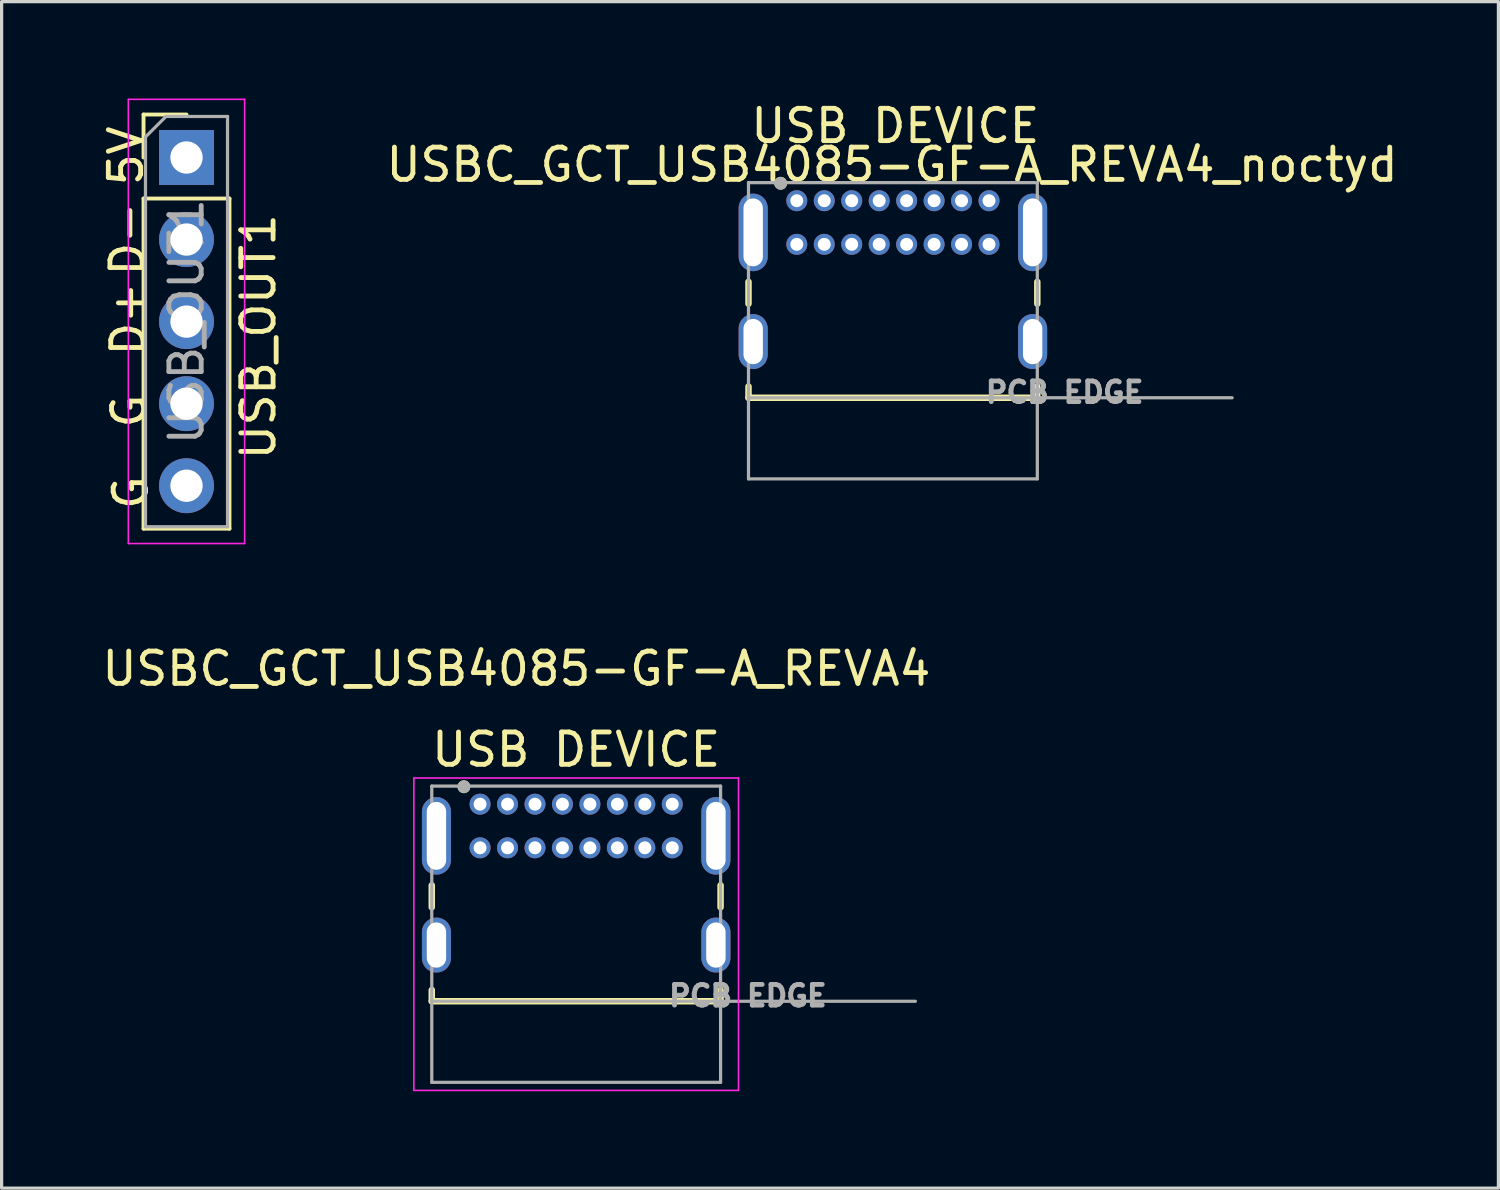
<source format=kicad_pcb>
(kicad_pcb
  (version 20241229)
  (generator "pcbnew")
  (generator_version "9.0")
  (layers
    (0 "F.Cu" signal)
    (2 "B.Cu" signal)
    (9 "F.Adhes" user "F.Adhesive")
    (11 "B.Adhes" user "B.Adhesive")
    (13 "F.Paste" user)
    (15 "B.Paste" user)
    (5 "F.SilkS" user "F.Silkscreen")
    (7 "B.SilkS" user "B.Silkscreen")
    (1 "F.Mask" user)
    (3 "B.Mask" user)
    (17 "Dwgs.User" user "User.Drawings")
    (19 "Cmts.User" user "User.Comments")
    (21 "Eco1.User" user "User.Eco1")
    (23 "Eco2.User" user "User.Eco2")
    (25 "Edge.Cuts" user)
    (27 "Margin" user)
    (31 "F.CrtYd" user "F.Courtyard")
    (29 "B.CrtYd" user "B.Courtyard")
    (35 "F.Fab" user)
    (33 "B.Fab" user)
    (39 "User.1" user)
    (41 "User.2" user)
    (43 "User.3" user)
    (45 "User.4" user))
  (footprint "USB_OUT1"
    (layer "F.Cu")
    (at 2.723 1.825)
    (property "Reference" "USB_OUT1" (at 2.225 5.55 90) (unlocked yes) (layer "F.SilkS") (effects (font (size 1 1) (thickness 0.15))))
    (attr through_hole exclude_from_bom)
    (fp_line (start -1.33 -1.33) (end 0 -1.33) (stroke (width 0.12) (type solid)) (layer "F.SilkS"))
    (fp_line (start -1.33 0) (end -1.33 -1.33) (stroke (width 0.12) (type solid)) (layer "F.SilkS"))
    (fp_line (start -1.33 1.27) (end -1.33 11.49) (stroke (width 0.12) (type solid)) (layer "F.SilkS"))
    (fp_line (start -1.33 1.27) (end 1.33 1.27) (stroke (width 0.12) (type solid)) (layer "F.SilkS"))
    (fp_line (start -1.33 11.49) (end 1.33 11.49) (stroke (width 0.12) (type solid)) (layer "F.SilkS"))
    (fp_line (start 1.33 1.27) (end 1.33 11.49) (stroke (width 0.12) (type solid)) (layer "F.SilkS"))
    (fp_line (start -1.8 -1.8) (end -1.8 11.95) (stroke (width 0.05) (type solid)) (layer "F.CrtYd"))
    (fp_line (start -1.8 11.95) (end 1.8 11.95) (stroke (width 0.05) (type solid)) (layer "F.CrtYd"))
    (fp_line (start 1.8 -1.8) (end -1.8 -1.8) (stroke (width 0.05) (type solid)) (layer "F.CrtYd"))
    (fp_line (start 1.8 11.95) (end 1.8 -1.8) (stroke (width 0.05) (type solid)) (layer "F.CrtYd"))
    (fp_line (start -1.27 -0.635) (end -0.635 -1.27) (stroke (width 0.1) (type solid)) (layer "F.Fab"))
    (fp_line (start -1.27 11.43) (end -1.27 -0.635) (stroke (width 0.1) (type solid)) (layer "F.Fab"))
    (fp_line (start -0.635 -1.27) (end 1.27 -1.27) (stroke (width 0.1) (type solid)) (layer "F.Fab"))
    (fp_line (start 1.27 -1.27) (end 1.27 11.43) (stroke (width 0.1) (type solid)) (layer "F.Fab"))
    (fp_line (start 1.27 11.43) (end -1.27 11.43) (stroke (width 0.1) (type solid)) (layer "F.Fab"))
    (fp_text user "G" (at -1.775 7.85 90) (unlocked yes) (layer "F.SilkS") (effects (font (size 1 1) (thickness 0.15))))
    (fp_text user "5V" (at -1.875 -0.05 90) (unlocked yes) (layer "F.SilkS") (effects (font (size 1 1) (thickness 0.15))))
    (fp_text user "G" (at -1.725 10.375 90) (unlocked yes) (layer "F.SilkS") (effects (font (size 1 1) (thickness 0.15))))
    (fp_text user "D-" (at -1.825 2.525 90) (unlocked yes) (layer "F.SilkS") (effects (font (size 1 1) (thickness 0.15))))
    (fp_text user "D+" (at -1.8 5 90) (unlocked yes) (layer "F.SilkS") (effects (font (size 1 1) (thickness 0.15))))
    (fp_text user "${REFERENCE}" (at 0 5.08 90) (layer "F.Fab") (effects (font (size 1 1) (thickness 0.15))))
    (pad "1" thru_hole rect (at 0 0) (size 1.7 1.7) (drill 1) (layers "*.Cu" "*.Mask"))
    (pad "2" thru_hole oval (at 0 2.54) (size 1.7 1.7) (drill 1) (layers "*.Cu" "*.Mask"))
    (pad "3" thru_hole oval (at 0 5.08) (size 1.7 1.7) (drill 1) (layers "*.Cu" "*.Mask"))
    (pad "4" thru_hole oval (at 0 7.62) (size 1.7 1.7) (drill 1) (layers "*.Cu" "*.Mask"))
    (pad "5" thru_hole oval (at 0 10.16) (size 1.7 1.7) (drill 1) (layers "*.Cu" "*.Mask")))
  (footprint "USBC_GCT_USB4085-GF-A_REVA4"
    (layer "F.Cu")
    (at 14.785 26.203)
    (property "Reference" "USBC_GCT_USB4085-GF-A_REVA4" (at -1.85 -8.555 180) (layer "F.SilkS") (effects (font (size 1 1) (thickness 0.15))))
    (property "Label" "USB DEVICE" (at 0 0 0) (layer "F.Fab") (hide yes) (effects (font (size 1.27 1.27) (thickness 0.15))))
    (attr through_hole)
    (fp_line (start -4.47 -1.85) (end -4.47 -1.17) (stroke (width 0.2) (type solid)) (layer "F.SilkS"))
    (fp_line (start -4.47 1.39) (end -4.47 1.74) (stroke (width 0.2) (type solid)) (layer "F.SilkS"))
    (fp_line (start -4.47 1.74) (end 4.47 1.74) (stroke (width 0.2) (type solid)) (layer "F.SilkS"))
    (fp_line (start 4.47 -1.85) (end 4.47 -1.17) (stroke (width 0.2) (type solid)) (layer "F.SilkS"))
    (fp_line (start 4.47 1.74) (end 4.47 1.39) (stroke (width 0.2) (type solid)) (layer "F.SilkS"))
    (fp_circle (center -3.475 -4.9) (end -3.375 -4.9) (stroke (width 0.2) (type solid)) (fill no) (layer "F.SilkS"))
    (fp_line (start -5.025 -5.17) (end 5.025 -5.17) (stroke (width 0.05) (type solid)) (layer "F.CrtYd"))
    (fp_line (start -5.025 4.5) (end -5.025 -5.17) (stroke (width 0.05) (type solid)) (layer "F.CrtYd"))
    (fp_line (start 5.025 -5.17) (end 5.025 4.5) (stroke (width 0.05) (type solid)) (layer "F.CrtYd"))
    (fp_line (start 5.025 4.5) (end -5.025 4.5) (stroke (width 0.05) (type solid)) (layer "F.CrtYd"))
    (fp_line (start -4.47 -4.92) (end 4.47 -4.92) (stroke (width 0.1) (type solid)) (layer "F.Fab"))
    (fp_line (start -4.47 1.74) (end -4.47 -4.92) (stroke (width 0.1) (type solid)) (layer "F.Fab"))
    (fp_line (start -4.47 1.74) (end 10.5 1.74) (stroke (width 0.1) (type solid)) (layer "F.Fab"))
    (fp_line (start -4.47 4.25) (end -4.47 1.74) (stroke (width 0.1) (type solid)) (layer "F.Fab"))
    (fp_line (start 4.47 -4.92) (end 4.47 4.25) (stroke (width 0.1) (type solid)) (layer "F.Fab"))
    (fp_line (start 4.47 4.25) (end -4.47 4.25) (stroke (width 0.1) (type solid)) (layer "F.Fab"))
    (fp_circle (center -3.475 -4.9) (end -3.375 -4.9) (stroke (width 0.2) (type solid)) (fill no) (layer "F.Fab"))
    (fp_text user "${Label}" (at 0 -6.05 180) (layer "F.SilkS") (effects (font (size 1 1) (thickness 0.15))))
    (fp_text user "PCB EDGE" (at 5.315 1.57 180) (layer "F.Fab") (effects (font (size 0.64 0.64) (thickness 0.15))))
    (pad "A1" thru_hole circle (at -2.975 -4.36) (size 0.65 0.65) (drill 0.4) (layers "*.Cu" "*.Mask"))
    (pad "A4" thru_hole circle (at -2.125 -4.36) (size 0.65 0.65) (drill 0.4) (layers "*.Cu" "*.Mask"))
    (pad "A5" thru_hole circle (at -1.275 -4.36) (size 0.65 0.65) (drill 0.4) (layers "*.Cu" "*.Mask"))
    (pad "A6" thru_hole circle (at -0.425 -4.36) (size 0.65 0.65) (drill 0.4) (layers "*.Cu" "*.Mask"))
    (pad "A7" thru_hole circle (at 0.425 -4.36) (size 0.65 0.65) (drill 0.4) (layers "*.Cu" "*.Mask"))
    (pad "A8" thru_hole circle (at 1.275 -4.36) (size 0.65 0.65) (drill 0.4) (layers "*.Cu" "*.Mask"))
    (pad "A9" thru_hole circle (at 2.125 -4.36) (size 0.65 0.65) (drill 0.4) (layers "*.Cu" "*.Mask"))
    (pad "A12" thru_hole circle (at 2.975 -4.36) (size 0.65 0.65) (drill 0.4) (layers "*.Cu" "*.Mask"))
    (pad "B1" thru_hole circle (at 2.975 -3.01) (size 0.65 0.65) (drill 0.4) (layers "*.Cu" "*.Mask"))
    (pad "B4" thru_hole circle (at 2.125 -3.01) (size 0.65 0.65) (drill 0.4) (layers "*.Cu" "*.Mask"))
    (pad "B5" thru_hole circle (at 1.275 -3.01) (size 0.65 0.65) (drill 0.4) (layers "*.Cu" "*.Mask"))
    (pad "B6" thru_hole circle (at 0.425 -3.01) (size 0.65 0.65) (drill 0.4) (layers "*.Cu" "*.Mask"))
    (pad "B7" thru_hole circle (at -0.425 -3.01) (size 0.65 0.65) (drill 0.4) (layers "*.Cu" "*.Mask"))
    (pad "B8" thru_hole circle (at -1.275 -3.01) (size 0.65 0.65) (drill 0.4) (layers "*.Cu" "*.Mask"))
    (pad "B9" thru_hole circle (at -2.125 -3.01) (size 0.65 0.65) (drill 0.4) (layers "*.Cu" "*.Mask"))
    (pad "B12" thru_hole circle (at -2.975 -3.01) (size 0.65 0.65) (drill 0.4) (layers "*.Cu" "*.Mask"))
    (pad "S1" thru_hole oval (at -4.325 0) (size 0.9 1.7) (drill oval 0.6 1.4) (layers "*.Cu" "*.Mask"))
    (pad "S2" thru_hole oval (at 4.325 0) (size 0.9 1.7) (drill oval 0.6 1.4) (layers "*.Cu" "*.Mask"))
    (pad "S3" thru_hole oval (at -4.325 -3.38) (size 0.9 2.4) (drill oval 0.6 2.1) (layers "*.Cu" "*.Mask"))
    (pad "S4" thru_hole oval (at 4.325 -3.38) (size 0.9 2.4) (drill oval 0.6 2.1) (layers "*.Cu" "*.Mask")))
  (footprint "USBC_GCT_USB4085-GF-A_REVA4_noctyd"
    (layer "F.Cu")
    (at 24.589 7.523)
    (property "Reference" "USBC_GCT_USB4085-GF-A_REVA4_noctyd" (at -0.025 -5.475 180) (layer "F.SilkS") (effects (font (size 1 1) (thickness 0.15))))
    (property "Label" "USB DEVICE" (at 0 0 0) (layer "F.Fab") (hide yes) (effects (font (size 1.27 1.27) (thickness 0.15))))
    (attr through_hole)
    (fp_line (start -4.47 -1.85) (end -4.47 -1.17) (stroke (width 0.2) (type solid)) (layer "F.SilkS"))
    (fp_line (start -4.47 1.39) (end -4.47 1.74) (stroke (width 0.2) (type solid)) (layer "F.SilkS"))
    (fp_line (start -4.47 1.74) (end 4.47 1.74) (stroke (width 0.2) (type solid)) (layer "F.SilkS"))
    (fp_line (start 4.47 -1.85) (end 4.47 -1.17) (stroke (width 0.2) (type solid)) (layer "F.SilkS"))
    (fp_line (start 4.47 1.74) (end 4.47 1.39) (stroke (width 0.2) (type solid)) (layer "F.SilkS"))
    (fp_circle (center -3.475 -4.9) (end -3.375 -4.9) (stroke (width 0.2) (type solid)) (fill no) (layer "F.SilkS"))
    (fp_line (start -4.47 -4.92) (end 4.47 -4.92) (stroke (width 0.1) (type solid)) (layer "F.Fab"))
    (fp_line (start -4.47 1.74) (end -4.47 -4.92) (stroke (width 0.1) (type solid)) (layer "F.Fab"))
    (fp_line (start -4.47 1.74) (end 10.5 1.74) (stroke (width 0.1) (type solid)) (layer "F.Fab"))
    (fp_line (start -4.47 4.25) (end -4.47 1.74) (stroke (width 0.1) (type solid)) (layer "F.Fab"))
    (fp_line (start 4.47 -4.92) (end 4.47 4.25) (stroke (width 0.1) (type solid)) (layer "F.Fab"))
    (fp_line (start 4.47 4.25) (end -4.47 4.25) (stroke (width 0.1) (type solid)) (layer "F.Fab"))
    (fp_circle (center -3.475 -4.9) (end -3.375 -4.9) (stroke (width 0.2) (type solid)) (fill no) (layer "F.Fab"))
    (fp_text user "${Label}" (at 0.075 -6.675 180) (layer "F.SilkS") (effects (font (size 1 1) (thickness 0.15))))
    (fp_text user "PCB EDGE" (at 5.315 1.57 180) (layer "F.Fab") (effects (font (size 0.64 0.64) (thickness 0.15))))
    (pad "A1" thru_hole circle (at -2.975 -4.36) (size 0.65 0.65) (drill 0.4) (layers "*.Cu" "*.Mask"))
    (pad "A4" thru_hole circle (at -2.125 -4.36) (size 0.65 0.65) (drill 0.4) (layers "*.Cu" "*.Mask"))
    (pad "A5" thru_hole circle (at -1.275 -4.36) (size 0.65 0.65) (drill 0.4) (layers "*.Cu" "*.Mask"))
    (pad "A6" thru_hole circle (at -0.425 -4.36) (size 0.65 0.65) (drill 0.4) (layers "*.Cu" "*.Mask"))
    (pad "A7" thru_hole circle (at 0.425 -4.36) (size 0.65 0.65) (drill 0.4) (layers "*.Cu" "*.Mask"))
    (pad "A8" thru_hole circle (at 1.275 -4.36) (size 0.65 0.65) (drill 0.4) (layers "*.Cu" "*.Mask"))
    (pad "A9" thru_hole circle (at 2.125 -4.36) (size 0.65 0.65) (drill 0.4) (layers "*.Cu" "*.Mask"))
    (pad "A12" thru_hole circle (at 2.975 -4.36) (size 0.65 0.65) (drill 0.4) (layers "*.Cu" "*.Mask"))
    (pad "B1" thru_hole circle (at 2.975 -3.01) (size 0.65 0.65) (drill 0.4) (layers "*.Cu" "*.Mask"))
    (pad "B4" thru_hole circle (at 2.125 -3.01) (size 0.65 0.65) (drill 0.4) (layers "*.Cu" "*.Mask"))
    (pad "B5" thru_hole circle (at 1.275 -3.01) (size 0.65 0.65) (drill 0.4) (layers "*.Cu" "*.Mask"))
    (pad "B6" thru_hole circle (at 0.425 -3.01) (size 0.65 0.65) (drill 0.4) (layers "*.Cu" "*.Mask"))
    (pad "B7" thru_hole circle (at -0.425 -3.01) (size 0.65 0.65) (drill 0.4) (layers "*.Cu" "*.Mask"))
    (pad "B8" thru_hole circle (at -1.275 -3.01) (size 0.65 0.65) (drill 0.4) (layers "*.Cu" "*.Mask"))
    (pad "B9" thru_hole circle (at -2.125 -3.01) (size 0.65 0.65) (drill 0.4) (layers "*.Cu" "*.Mask"))
    (pad "B12" thru_hole circle (at -2.975 -3.01) (size 0.65 0.65) (drill 0.4) (layers "*.Cu" "*.Mask"))
    (pad "S1" thru_hole oval (at -4.325 0) (size 0.9 1.7) (drill oval 0.6 1.4) (layers "*.Cu" "*.Mask"))
    (pad "S2" thru_hole oval (at 4.325 0) (size 0.9 1.7) (drill oval 0.6 1.4) (layers "*.Cu" "*.Mask"))
    (pad "S3" thru_hole oval (at -4.325 -3.38) (size 0.9 2.4) (drill oval 0.6 2.1) (layers "*.Cu" "*.Mask"))
    (pad "S4" thru_hole oval (at 4.325 -3.38) (size 0.9 2.4) (drill oval 0.6 2.1) (layers "*.Cu" "*.Mask")))
  (gr_rect
    (start -3 -3)
    (end 43.332 33.728)
    (stroke (width 0.1) (type default))
    (fill no)
    (layer "Edge.Cuts")))
</source>
